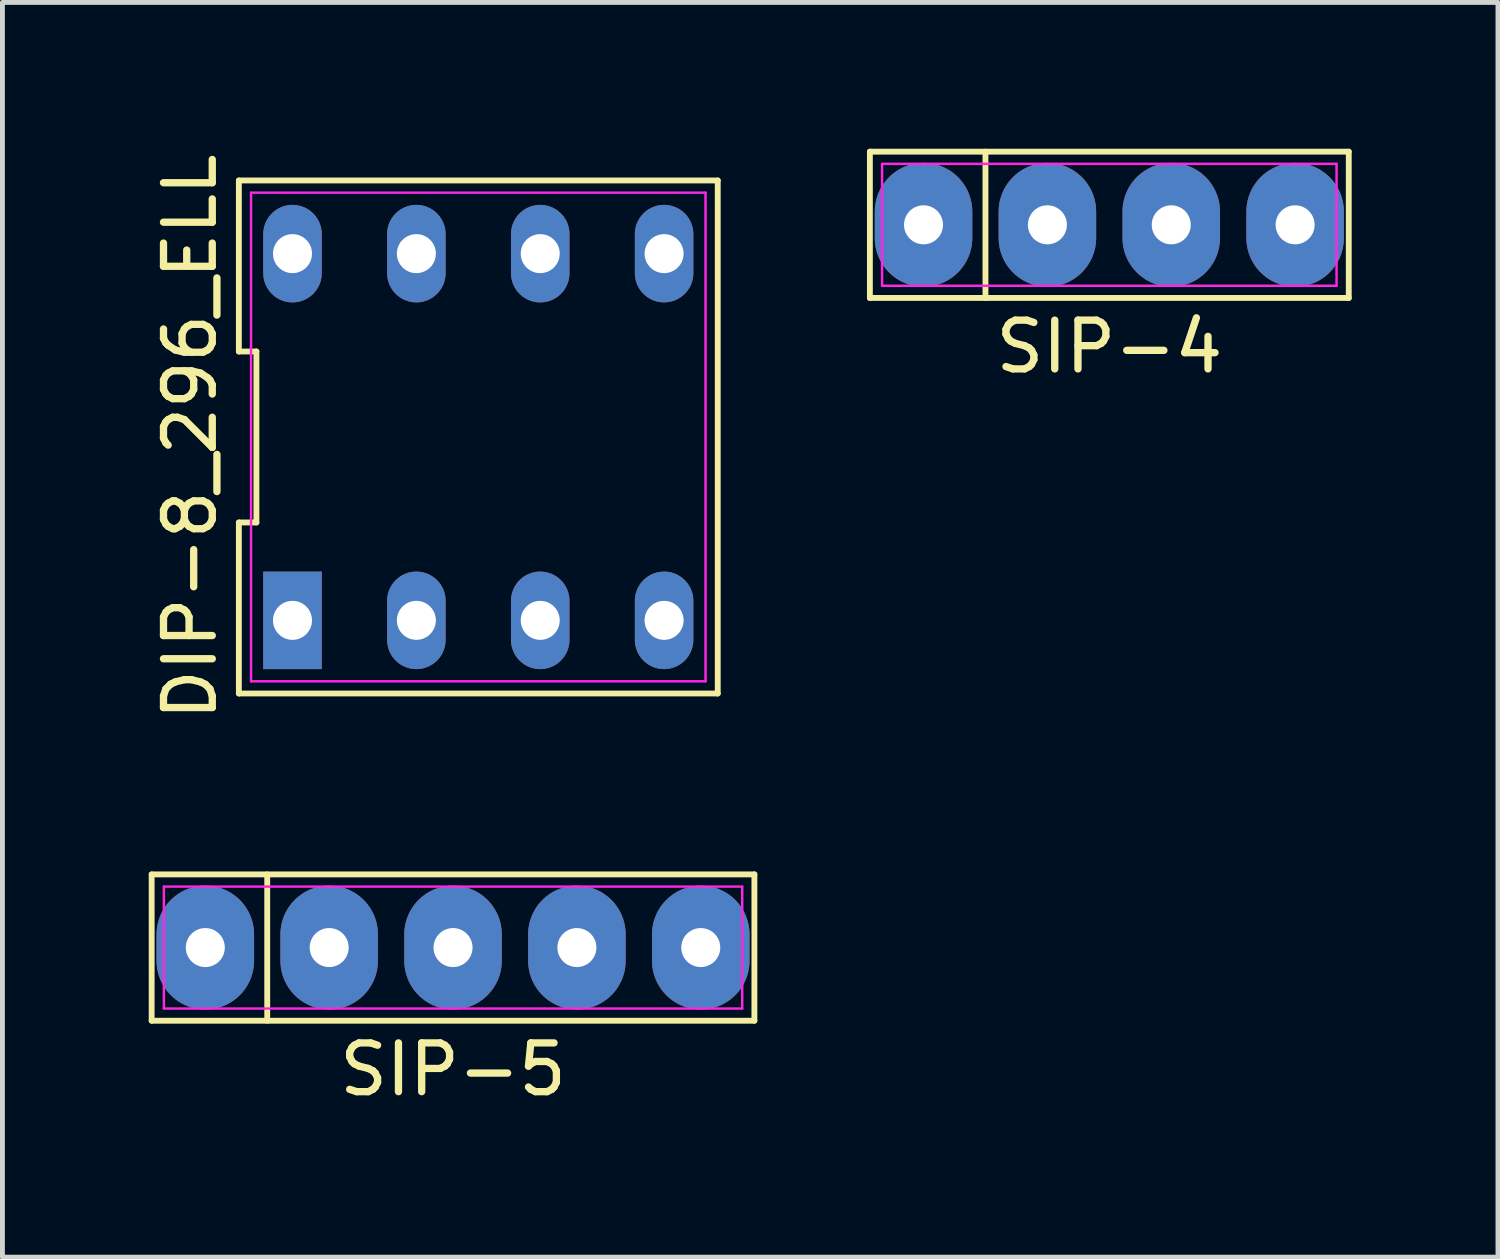
<source format=kicad_pcb>
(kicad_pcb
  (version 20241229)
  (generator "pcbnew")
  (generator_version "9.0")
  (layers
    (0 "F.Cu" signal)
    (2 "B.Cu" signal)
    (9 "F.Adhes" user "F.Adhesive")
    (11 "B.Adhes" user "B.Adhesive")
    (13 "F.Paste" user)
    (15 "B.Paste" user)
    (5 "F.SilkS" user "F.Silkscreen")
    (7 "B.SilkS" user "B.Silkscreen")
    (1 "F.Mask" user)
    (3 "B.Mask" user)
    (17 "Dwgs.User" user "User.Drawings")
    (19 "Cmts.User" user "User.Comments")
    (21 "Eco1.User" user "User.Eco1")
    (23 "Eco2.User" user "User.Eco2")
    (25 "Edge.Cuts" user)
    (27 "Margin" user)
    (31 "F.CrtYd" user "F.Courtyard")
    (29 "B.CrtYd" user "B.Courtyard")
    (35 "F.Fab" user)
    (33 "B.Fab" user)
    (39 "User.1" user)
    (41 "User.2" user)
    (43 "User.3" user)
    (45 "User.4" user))
  (footprint "SIP-4"
    (layer "F.Cu")
    (at 19.698 1.56)
    (property "Reference" "SIP-4" (at 0 2.5 0) (layer "F.SilkS") (effects (font (size 1 1) (thickness 0.15))))
    (fp_line (start -4.91 -1.5) (end 4.91 -1.5) (stroke (width 0.12) (type solid)) (layer "F.SilkS"))
    (fp_line (start -4.91 1.5) (end -4.91 -1.5) (stroke (width 0.12) (type solid)) (layer "F.SilkS"))
    (fp_line (start -2.54 -1.5) (end -2.54 1.5) (stroke (width 0.12) (type solid)) (layer "F.SilkS"))
    (fp_line (start 4.91 -1.5) (end 4.91 1.5) (stroke (width 0.12) (type solid)) (layer "F.SilkS"))
    (fp_line (start 4.91 1.5) (end -4.91 1.5) (stroke (width 0.12) (type solid)) (layer "F.SilkS"))
    (fp_line (start -4.66 -1.25) (end 4.66 -1.25) (stroke (width 0.05) (type solid)) (layer "F.CrtYd"))
    (fp_line (start -4.66 1.25) (end -4.66 -1.25) (stroke (width 0.05) (type solid)) (layer "F.CrtYd"))
    (fp_line (start 4.66 -1.25) (end 4.66 1.25) (stroke (width 0.05) (type solid)) (layer "F.CrtYd"))
    (fp_line (start 4.66 1.25) (end -4.66 1.25) (stroke (width 0.05) (type solid)) (layer "F.CrtYd"))
    (pad "1" thru_hole oval (at -3.81 0) (size 2 2.54) (drill 0.8) (layers "*.Cu" "*.Mask"))
    (pad "2" thru_hole oval (at -1.27 0) (size 2 2.54) (drill 0.8) (layers "*.Cu" "*.Mask"))
    (pad "3" thru_hole oval (at 1.27 0) (size 2 2.54) (drill 0.8) (layers "*.Cu" "*.Mask"))
    (pad "4" thru_hole oval (at 3.81 0) (size 2 2.54) (drill 0.8) (layers "*.Cu" "*.Mask")))
  (footprint "DIP-8_296_ELL"
    (layer "F.Cu")
    (at 6.758 5.911)
    (property "Reference" "DIP-8_296_ELL" (at -5.91 0 90) (layer "F.SilkS") (effects (font (size 1 1) (thickness 0.15))))
    (fp_line (start -4.91 -5.26) (end -4.91 -1.753) (stroke (width 0.12) (type solid)) (layer "F.SilkS"))
    (fp_line (start -4.91 -1.753) (end -4.55 -1.753) (stroke (width 0.12) (type solid)) (layer "F.SilkS"))
    (fp_line (start -4.91 1.753) (end -4.91 5.26) (stroke (width 0.12) (type solid)) (layer "F.SilkS"))
    (fp_line (start -4.91 5.26) (end 4.91 5.26) (stroke (width 0.12) (type solid)) (layer "F.SilkS"))
    (fp_line (start -4.55 -1.753) (end -4.55 1.753) (stroke (width 0.12) (type solid)) (layer "F.SilkS"))
    (fp_line (start -4.55 1.753) (end -4.91 1.753) (stroke (width 0.12) (type solid)) (layer "F.SilkS"))
    (fp_line (start 4.91 -5.26) (end -4.91 -5.26) (stroke (width 0.12) (type solid)) (layer "F.SilkS"))
    (fp_line (start 4.91 5.26) (end 4.91 -5.26) (stroke (width 0.12) (type solid)) (layer "F.SilkS"))
    (fp_line (start -4.66 -5.01) (end 4.66 -5.01) (stroke (width 0.05) (type solid)) (layer "F.CrtYd"))
    (fp_line (start -4.66 5.01) (end -4.66 -5.01) (stroke (width 0.05) (type solid)) (layer "F.CrtYd"))
    (fp_line (start 4.66 -5.01) (end 4.66 5.01) (stroke (width 0.05) (type solid)) (layer "F.CrtYd"))
    (fp_line (start 4.66 5.01) (end -4.66 5.01) (stroke (width 0.05) (type solid)) (layer "F.CrtYd"))
    (pad "1" thru_hole rect (at -3.81 3.76) (size 1.2 2) (drill 0.8) (layers "*.Cu" "*.Mask"))
    (pad "2" thru_hole oval (at -1.27 3.76) (size 1.2 2) (drill 0.8) (layers "*.Cu" "*.Mask"))
    (pad "3" thru_hole oval (at 1.27 3.76) (size 1.2 2) (drill 0.8) (layers "*.Cu" "*.Mask"))
    (pad "4" thru_hole oval (at 3.81 3.76) (size 1.2 2) (drill 0.8) (layers "*.Cu" "*.Mask"))
    (pad "5" thru_hole oval (at 3.81 -3.76) (size 1.2 2) (drill 0.8) (layers "*.Cu" "*.Mask"))
    (pad "6" thru_hole oval (at 1.27 -3.76) (size 1.2 2) (drill 0.8) (layers "*.Cu" "*.Mask"))
    (pad "7" thru_hole oval (at -1.27 -3.76) (size 1.2 2) (drill 0.8) (layers "*.Cu" "*.Mask"))
    (pad "8" thru_hole oval (at -3.81 -3.76) (size 1.2 2) (drill 0.8) (layers "*.Cu" "*.Mask")))
  (footprint "SIP-5"
    (layer "F.Cu")
    (at 6.24 16.381)
    (property "Reference" "SIP-5" (at 0 2.5 0) (layer "F.SilkS") (effects (font (size 1 1) (thickness 0.15))))
    (fp_line (start -6.18 -1.5) (end 6.18 -1.5) (stroke (width 0.12) (type solid)) (layer "F.SilkS"))
    (fp_line (start -6.18 1.5) (end -6.18 -1.5) (stroke (width 0.12) (type solid)) (layer "F.SilkS"))
    (fp_line (start -3.81 -1.5) (end -3.81 1.5) (stroke (width 0.12) (type solid)) (layer "F.SilkS"))
    (fp_line (start 6.18 -1.5) (end 6.18 1.5) (stroke (width 0.12) (type solid)) (layer "F.SilkS"))
    (fp_line (start 6.18 1.5) (end -6.18 1.5) (stroke (width 0.12) (type solid)) (layer "F.SilkS"))
    (fp_line (start -5.93 -1.25) (end 5.93 -1.25) (stroke (width 0.05) (type solid)) (layer "F.CrtYd"))
    (fp_line (start -5.93 1.25) (end -5.93 -1.25) (stroke (width 0.05) (type solid)) (layer "F.CrtYd"))
    (fp_line (start 5.93 -1.25) (end 5.93 1.25) (stroke (width 0.05) (type solid)) (layer "F.CrtYd"))
    (fp_line (start 5.93 1.25) (end -5.93 1.25) (stroke (width 0.05) (type solid)) (layer "F.CrtYd"))
    (pad "1" thru_hole oval (at -5.08 0) (size 2 2.54) (drill 0.8) (layers "*.Cu" "*.Mask"))
    (pad "2" thru_hole oval (at -2.54 0) (size 2 2.54) (drill 0.8) (layers "*.Cu" "*.Mask"))
    (pad "3" thru_hole oval (at 0 0) (size 2 2.54) (drill 0.8) (layers "*.Cu" "*.Mask"))
    (pad "4" thru_hole oval (at 2.54 0) (size 2 2.54) (drill 0.8) (layers "*.Cu" "*.Mask"))
    (pad "5" thru_hole oval (at 5.08 0) (size 2 2.54) (drill 0.8) (layers "*.Cu" "*.Mask")))
  (gr_rect
    (start -3 -3)
    (end 27.668 22.73)
    (stroke (width 0.1) (type default))
    (fill no)
    (layer "Edge.Cuts")))
</source>
